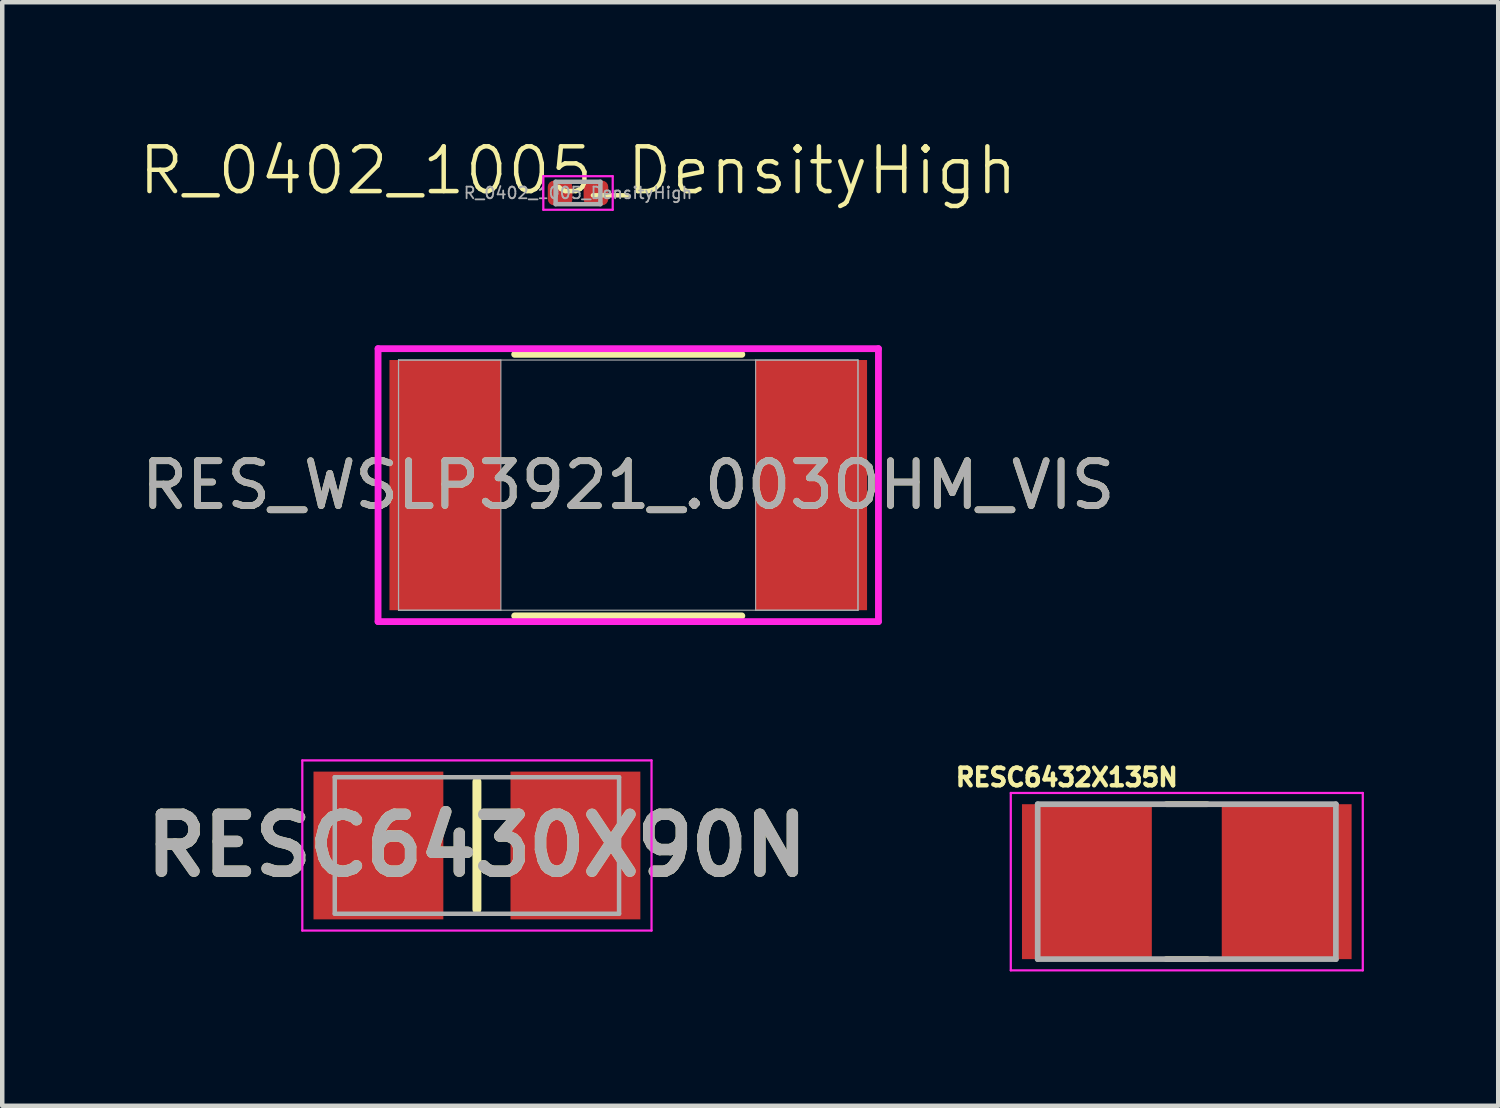
<source format=kicad_pcb>
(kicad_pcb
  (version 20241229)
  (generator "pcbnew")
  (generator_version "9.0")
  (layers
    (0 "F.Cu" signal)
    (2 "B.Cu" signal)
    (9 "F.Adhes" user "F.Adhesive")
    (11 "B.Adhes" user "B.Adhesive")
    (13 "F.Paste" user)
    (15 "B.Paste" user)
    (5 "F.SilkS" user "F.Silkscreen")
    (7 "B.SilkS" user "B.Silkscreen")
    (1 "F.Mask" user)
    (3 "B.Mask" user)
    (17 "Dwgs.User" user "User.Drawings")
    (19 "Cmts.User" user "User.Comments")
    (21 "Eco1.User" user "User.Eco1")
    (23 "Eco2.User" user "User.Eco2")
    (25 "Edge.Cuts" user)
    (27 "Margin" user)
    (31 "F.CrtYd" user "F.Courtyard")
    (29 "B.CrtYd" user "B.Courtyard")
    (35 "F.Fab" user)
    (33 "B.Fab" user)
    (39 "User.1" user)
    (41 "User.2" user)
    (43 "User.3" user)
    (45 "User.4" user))
  (footprint "RES_WSLP3921_.003OHM_VIS"
    (layer "F.Cu")
    (at 10.982 7.785)
    (property "Reference" "RES_WSLP3921_.003OHM_VIS" (at 0 0 0) (unlocked yes) (layer "F.SilkS") (effects (font (size 1 1) (thickness 0.15))))
    (attr smd)
    (fp_line (start -2.537 2.921) (end 2.537 2.921) (stroke (width 0.152) (type solid)) (layer "F.SilkS"))
    (fp_line (start 2.537 -2.921) (end -2.537 -2.921) (stroke (width 0.152) (type solid)) (layer "F.SilkS"))
    (fp_line (start -5.588 -3.048) (end 5.588 -3.048) (stroke (width 0.152) (type solid)) (layer "F.CrtYd"))
    (fp_line (start -5.588 3.048) (end -5.588 -3.048) (stroke (width 0.152) (type solid)) (layer "F.CrtYd"))
    (fp_line (start 5.588 -3.048) (end 5.588 3.048) (stroke (width 0.152) (type solid)) (layer "F.CrtYd"))
    (fp_line (start 5.588 3.048) (end -5.588 3.048) (stroke (width 0.152) (type solid)) (layer "F.CrtYd"))
    (fp_line (start -5.131 -2.794) (end -5.131 2.794) (stroke (width 0.025) (type solid)) (layer "F.Fab"))
    (fp_line (start -5.131 -2.794) (end -5.131 2.794) (stroke (width 0.025) (type solid)) (layer "F.Fab"))
    (fp_line (start -5.131 2.794) (end -2.845 2.794) (stroke (width 0.025) (type solid)) (layer "F.Fab"))
    (fp_line (start -5.131 2.794) (end 5.131 2.794) (stroke (width 0.025) (type solid)) (layer "F.Fab"))
    (fp_line (start -2.845 -2.794) (end -5.131 -2.794) (stroke (width 0.025) (type solid)) (layer "F.Fab"))
    (fp_line (start -2.845 2.794) (end -2.845 -2.794) (stroke (width 0.025) (type solid)) (layer "F.Fab"))
    (fp_line (start 2.845 -2.794) (end 2.845 2.794) (stroke (width 0.025) (type solid)) (layer "F.Fab"))
    (fp_line (start 2.845 2.794) (end 5.131 2.794) (stroke (width 0.025) (type solid)) (layer "F.Fab"))
    (fp_line (start 5.131 -2.794) (end -5.131 -2.794) (stroke (width 0.025) (type solid)) (layer "F.Fab"))
    (fp_line (start 5.131 -2.794) (end 2.845 -2.794) (stroke (width 0.025) (type solid)) (layer "F.Fab"))
    (fp_line (start 5.131 2.794) (end 5.131 -2.794) (stroke (width 0.025) (type solid)) (layer "F.Fab"))
    (fp_line (start 5.131 2.794) (end 5.131 -2.794) (stroke (width 0.025) (type solid)) (layer "F.Fab"))
    (fp_text user "${REFERENCE}" (at 0 0 0) (unlocked yes) (layer "F.Fab") (effects (font (size 1 1) (thickness 0.15))))
    (pad "1" smd rect (at -4.089 0) (size 2.489 5.588) (layers "F.Cu" "F.Mask" "F.Paste"))
    (pad "2" smd rect (at 4.089 0) (size 2.489 5.588) (layers "F.Cu" "F.Mask" "F.Paste")))
  (footprint "RESC6430X90N"
    (layer "F.Cu")
    (at 7.602 15.834)
    (property "Reference" "RESC6430X90N" (at 0 0 0) (layer "F.SilkS") (effects (font (size 1.27 1.27) (thickness 0.254))))
    (attr smd)
    (fp_line (start 0 -1.425) (end 0 1.425) (stroke (width 0.2) (type solid)) (layer "F.SilkS"))
    (fp_line (start -3.9 -1.9) (end 3.9 -1.9) (stroke (width 0.05) (type solid)) (layer "F.CrtYd"))
    (fp_line (start -3.9 1.9) (end -3.9 -1.9) (stroke (width 0.05) (type solid)) (layer "F.CrtYd"))
    (fp_line (start 3.9 -1.9) (end 3.9 1.9) (stroke (width 0.05) (type solid)) (layer "F.CrtYd"))
    (fp_line (start 3.9 1.9) (end -3.9 1.9) (stroke (width 0.05) (type solid)) (layer "F.CrtYd"))
    (fp_line (start -3.175 -1.525) (end 3.175 -1.525) (stroke (width 0.1) (type solid)) (layer "F.Fab"))
    (fp_line (start -3.175 1.525) (end -3.175 -1.525) (stroke (width 0.1) (type solid)) (layer "F.Fab"))
    (fp_line (start 3.175 -1.525) (end 3.175 1.525) (stroke (width 0.1) (type solid)) (layer "F.Fab"))
    (fp_line (start 3.175 1.525) (end -3.175 1.525) (stroke (width 0.1) (type solid)) (layer "F.Fab"))
    (fp_text user "${REFERENCE}" (at 0 0 0) (layer "F.Fab") (effects (font (size 1.27 1.27) (thickness 0.254))))
    (pad "1" smd rect (at -2.2 0) (size 2.9 3.3) (layers "F.Cu" "F.Mask" "F.Paste"))
    (pad "2" smd rect (at 2.2 0) (size 2.9 3.3) (layers "F.Cu" "F.Mask" "F.Paste")))
  (footprint "R_0402_1005_DensityHigh"
    (layer "F.Cu")
    (at 9.86 1.26)
    (property "Reference" "R_0402_1005_DensityHigh" (at 0 -0.5 0) (unlocked yes) (layer "F.SilkS") (effects (font (size 1 1) (thickness 0.1))))
    (attr smd)
    (fp_line (start -0.775 -0.375) (end 0.775 -0.375) (stroke (width 0.05) (type solid)) (layer "F.CrtYd"))
    (fp_line (start -0.775 0.375) (end -0.775 -0.375) (stroke (width 0.05) (type solid)) (layer "F.CrtYd"))
    (fp_line (start 0.775 -0.375) (end 0.775 0.375) (stroke (width 0.05) (type solid)) (layer "F.CrtYd"))
    (fp_line (start 0.775 0.375) (end -0.775 0.375) (stroke (width 0.05) (type solid)) (layer "F.CrtYd"))
    (fp_line (start -0.5 -0.25) (end 0.5 -0.25) (stroke (width 0.1) (type solid)) (layer "F.Fab"))
    (fp_line (start -0.5 0.25) (end -0.5 -0.25) (stroke (width 0.1) (type solid)) (layer "F.Fab"))
    (fp_line (start 0.5 -0.25) (end 0.5 0.25) (stroke (width 0.1) (type solid)) (layer "F.Fab"))
    (fp_line (start 0.5 0.25) (end -0.5 0.25) (stroke (width 0.1) (type solid)) (layer "F.Fab"))
    (fp_text user "${REFERENCE}" (at 0 0 0) (layer "F.Fab") (effects (font (size 0.26 0.26) (thickness 0.04))))
    (pad "1" smd roundrect (at -0.4 0) (size 0.55 0.55) (layers "F.Cu" "F.Mask" "F.Paste") (roundrect_rratio 0.25))
    (pad "2" smd roundrect (at 0.4 0) (size 0.55 0.55) (layers "F.Cu" "F.Mask" "F.Paste") (roundrect_rratio 0.25)))
  (footprint "RESC6432X135N"
    (layer "F.Cu")
    (at 23.457 16.642)
    (property "Reference" "RESC6432X135N" (at -2.68 -2.33 0) (layer "F.SilkS") (effects (font (size 0.394 0.394) (thickness 0.15))))
    (attr smd)
    (fp_line (start -0.46 -1.73) (end 0.46 -1.73) (stroke (width 0.127) (type solid)) (layer "F.SilkS"))
    (fp_line (start -0.46 1.73) (end 0.46 1.73) (stroke (width 0.127) (type solid)) (layer "F.SilkS"))
    (fp_line (start -3.931 -1.981) (end 3.931 -1.981) (stroke (width 0.05) (type solid)) (layer "F.CrtYd"))
    (fp_line (start -3.931 1.981) (end -3.931 -1.981) (stroke (width 0.05) (type solid)) (layer "F.CrtYd"))
    (fp_line (start -3.931 1.981) (end 3.931 1.981) (stroke (width 0.05) (type solid)) (layer "F.CrtYd"))
    (fp_line (start 3.931 1.981) (end 3.931 -1.981) (stroke (width 0.05) (type solid)) (layer "F.CrtYd"))
    (fp_line (start -3.33 1.73) (end -3.33 -1.73) (stroke (width 0.127) (type solid)) (layer "F.Fab"))
    (fp_line (start 3.33 -1.73) (end -3.33 -1.73) (stroke (width 0.127) (type solid)) (layer "F.Fab"))
    (fp_line (start 3.33 1.73) (end -3.33 1.73) (stroke (width 0.127) (type solid)) (layer "F.Fab"))
    (fp_line (start 3.33 1.73) (end 3.33 -1.73) (stroke (width 0.127) (type solid)) (layer "F.Fab"))
    (pad "1" smd rect (at -2.231 0) (size 2.9 3.46) (layers "F.Cu" "F.Mask" "F.Paste"))
    (pad "2" smd rect (at 2.231 0) (size 2.9 3.46) (layers "F.Cu" "F.Mask" "F.Paste")))
  (gr_rect
    (start -3 -3)
    (end 30.413 21.648)
    (stroke (width 0.1) (type default))
    (fill no)
    (layer "Edge.Cuts")))
</source>
